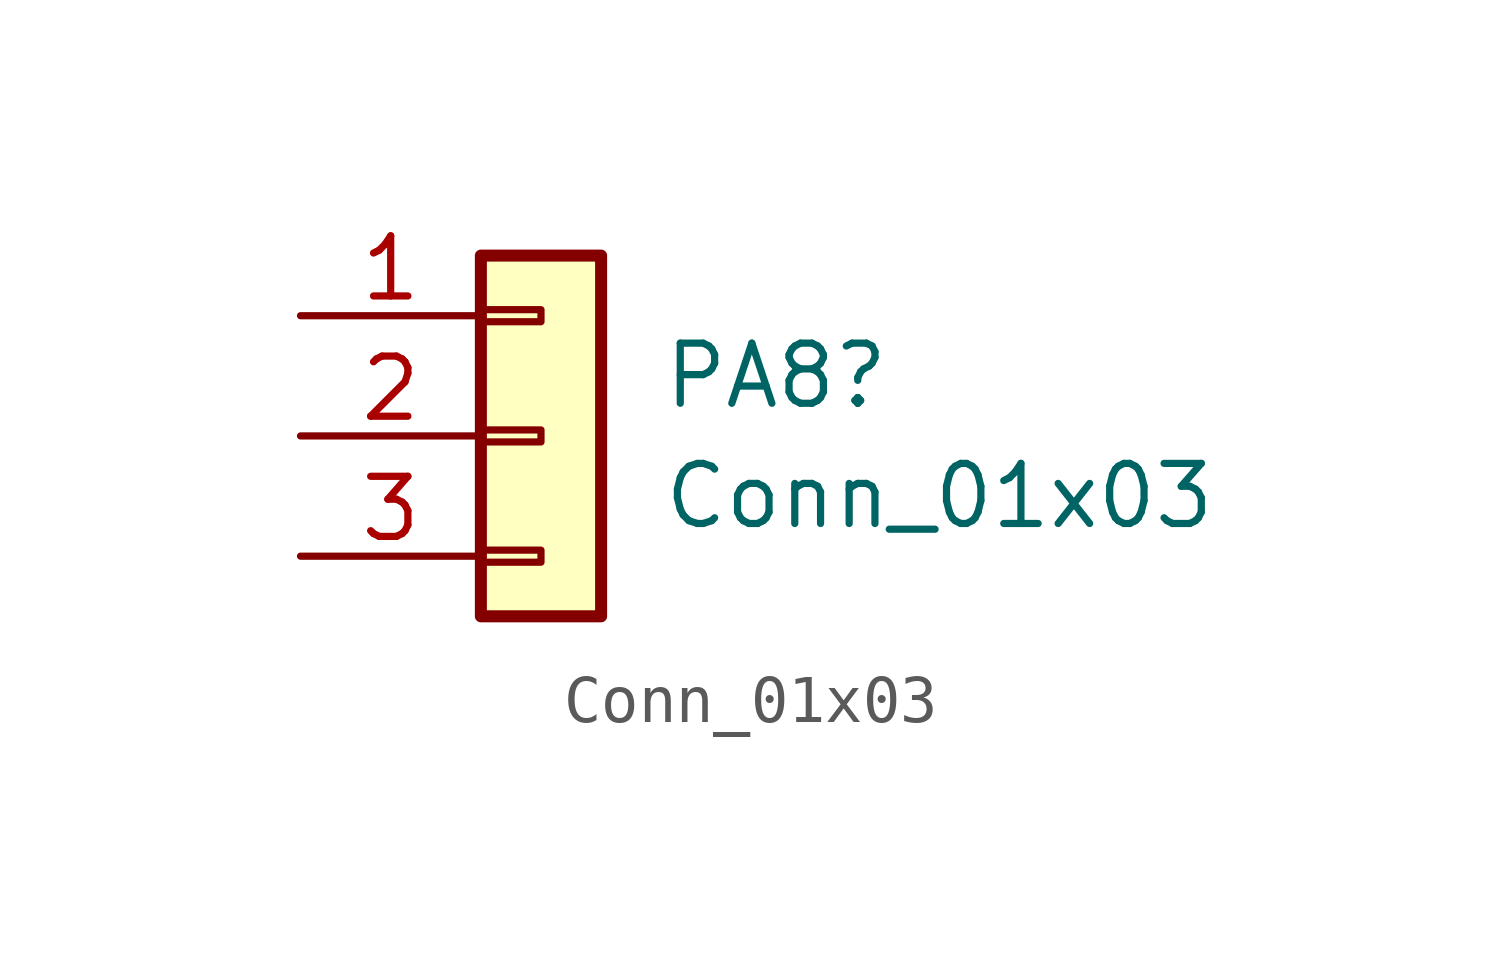
<source format=kicad_sym>
(kicad_symbol_lib
  (version 20220914)
  (generator kicad_symbol_editor)
  (symbol "Conn_01x03"
    (pin_names
      (offset 1.016) hide)
    (property "Reference" "PA8"
      (at 2.54 1.27 0)
      (effects (font (size 1.27 1.27)) (justify left)))
    (property "Value" "Conn_01x03"
      (at 2.54 -1.27 0)
      (effects (font (size 1.27 1.27)) (justify left)))
    (symbol "Conn_01x03_1_1"
      (rectangle (start -1.27 -2.413) (end 0 -2.667) (stroke (width 0.152) (type default)) (fill (type none)))
      (rectangle (start -1.27 0.127) (end 0 -0.127) (stroke (width 0.152) (type default)) (fill (type none)))
      (rectangle (start -1.27 2.667) (end 0 2.413) (stroke (width 0.152) (type default)) (fill (type none)))
      (rectangle (start -1.27 3.81) (end 1.27 -3.81) (stroke (width 0.254) (type default)) (fill (type background)))
      (pin passive line (at -5.08 2.54 0) (length 3.81) (name "Pin_1" (effects (font (size 1.27 1.27)))) (number "1" (effects (font (size 1.27 1.27)))))
      (pin passive line (at -5.08 0 0) (length 3.81) (name "Pin_2" (effects (font (size 1.27 1.27)))) (number "2" (effects (font (size 1.27 1.27)))))
      (pin passive line (at -5.08 -2.54 0) (length 3.81) (name "Pin_3" (effects (font (size 1.27 1.27)))) (number "3" (effects (font (size 1.27 1.27))))))))
</source>
